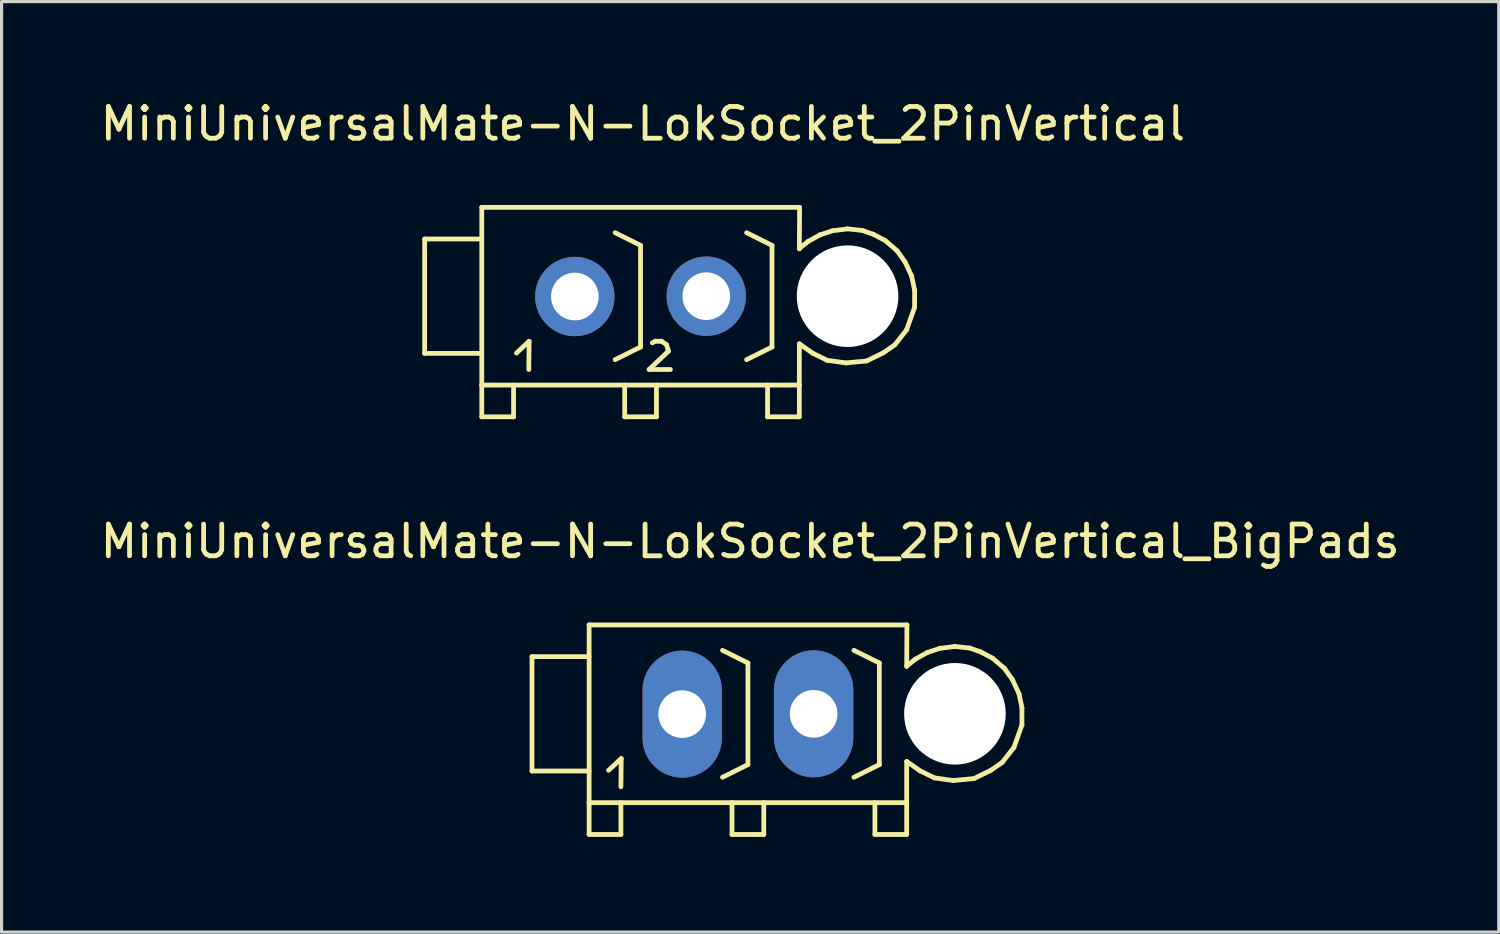
<source format=kicad_pcb>
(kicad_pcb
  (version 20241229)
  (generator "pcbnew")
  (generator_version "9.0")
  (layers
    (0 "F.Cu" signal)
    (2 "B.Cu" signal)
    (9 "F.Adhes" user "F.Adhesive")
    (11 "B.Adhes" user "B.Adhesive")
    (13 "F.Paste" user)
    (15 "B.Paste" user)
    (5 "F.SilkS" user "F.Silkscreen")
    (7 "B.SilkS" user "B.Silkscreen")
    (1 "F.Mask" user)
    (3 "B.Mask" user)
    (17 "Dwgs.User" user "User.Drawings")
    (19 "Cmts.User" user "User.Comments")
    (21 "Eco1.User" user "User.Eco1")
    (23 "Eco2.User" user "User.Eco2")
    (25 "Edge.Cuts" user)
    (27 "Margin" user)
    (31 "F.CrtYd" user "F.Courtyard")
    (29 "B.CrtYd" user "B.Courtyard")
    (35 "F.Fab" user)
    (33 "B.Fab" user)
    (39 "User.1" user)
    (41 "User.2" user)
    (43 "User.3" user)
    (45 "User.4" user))
  (footprint "MiniUniversalMate-N-LokSocket_2PinVertical_BigPads"
    (layer "F.Cu")
    (at 20.506 19.432)
    (property "Reference" "MiniUniversalMate-N-LokSocket_2PinVertical_BigPads" (at 0.071 -5.431 0) (layer "F.SilkS") (effects (font (size 1 1) (thickness 0.15))))
    (attr through_hole)
    (fp_line (start -6.8 -1.801) (end -6.8 1.801) (stroke (width 0.15) (type solid)) (layer "F.SilkS"))
    (fp_line (start -6.8 1.801) (end -5.001 1.801) (stroke (width 0.15) (type solid)) (layer "F.SilkS"))
    (fp_line (start -5.001 -2.799) (end -5.001 2.799) (stroke (width 0.15) (type solid)) (layer "F.SilkS"))
    (fp_line (start -5.001 -2.799) (end 5.009 -2.799) (stroke (width 0.15) (type solid)) (layer "F.SilkS"))
    (fp_line (start -5.001 -1.801) (end -6.8 -1.801) (stroke (width 0.15) (type solid)) (layer "F.SilkS"))
    (fp_line (start -5.001 2.799) (end -5.001 3.8) (stroke (width 0.15) (type solid)) (layer "F.SilkS"))
    (fp_line (start -5.001 2.799) (end 5.001 2.799) (stroke (width 0.15) (type solid)) (layer "F.SilkS"))
    (fp_line (start -5.001 3.8) (end -4 3.8) (stroke (width 0.15) (type solid)) (layer "F.SilkS"))
    (fp_line (start -4.389 1.781) (end -3.99 1.41) (stroke (width 0.15) (type solid)) (layer "F.SilkS"))
    (fp_line (start -4 3.8) (end -4 2.799) (stroke (width 0.15) (type solid)) (layer "F.SilkS"))
    (fp_line (start -3.99 1.41) (end -4 2.299) (stroke (width 0.15) (type solid)) (layer "F.SilkS"))
    (fp_line (start -0.5 3.8) (end -0.5 2.799) (stroke (width 0.15) (type solid)) (layer "F.SilkS"))
    (fp_line (start 0 -1.6) (end -0.8 -1.999) (stroke (width 0.15) (type solid)) (layer "F.SilkS"))
    (fp_line (start 0 -1.6) (end 0 1.6) (stroke (width 0.15) (type solid)) (layer "F.SilkS"))
    (fp_line (start 0 1.6) (end -0.8 1.999) (stroke (width 0.15) (type solid)) (layer "F.SilkS"))
    (fp_line (start 0.5 2.799) (end 0.5 3.8) (stroke (width 0.15) (type solid)) (layer "F.SilkS"))
    (fp_line (start 0.5 3.8) (end -0.5 3.8) (stroke (width 0.15) (type solid)) (layer "F.SilkS"))
    (fp_line (start 4 3.8) (end 4 2.799) (stroke (width 0.15) (type solid)) (layer "F.SilkS"))
    (fp_line (start 4.14 -1.6) (end 3.34 -1.999) (stroke (width 0.15) (type solid)) (layer "F.SilkS"))
    (fp_line (start 4.14 -1.6) (end 4.14 1.6) (stroke (width 0.15) (type solid)) (layer "F.SilkS"))
    (fp_line (start 4.14 1.6) (end 3.34 1.999) (stroke (width 0.15) (type solid)) (layer "F.SilkS"))
    (fp_line (start 5.001 -1.501) (end 5.271 -1.72) (stroke (width 0.15) (type solid)) (layer "F.SilkS"))
    (fp_line (start 5.001 2.799) (end 5.001 1.501) (stroke (width 0.15) (type solid)) (layer "F.SilkS"))
    (fp_line (start 5.001 2.799) (end 5.001 3.8) (stroke (width 0.15) (type solid)) (layer "F.SilkS"))
    (fp_line (start 5.001 3.8) (end 4 3.8) (stroke (width 0.15) (type solid)) (layer "F.SilkS"))
    (fp_line (start 5.009 -2.799) (end 5.001 -1.491) (stroke (width 0.15) (type solid)) (layer "F.SilkS"))
    (fp_line (start 5.271 -1.72) (end 5.649 -1.93) (stroke (width 0.15) (type solid)) (layer "F.SilkS"))
    (fp_line (start 5.431 1.801) (end 5.001 1.501) (stroke (width 0.15) (type solid)) (layer "F.SilkS"))
    (fp_line (start 5.649 -1.93) (end 6.04 -2.06) (stroke (width 0.15) (type solid)) (layer "F.SilkS"))
    (fp_line (start 5.88 2.019) (end 5.431 1.801) (stroke (width 0.15) (type solid)) (layer "F.SilkS"))
    (fp_line (start 6.04 -2.06) (end 6.52 -2.121) (stroke (width 0.15) (type solid)) (layer "F.SilkS"))
    (fp_line (start 6.469 2.101) (end 5.88 2.019) (stroke (width 0.15) (type solid)) (layer "F.SilkS"))
    (fp_line (start 6.52 -2.121) (end 6.99 -2.07) (stroke (width 0.15) (type solid)) (layer "F.SilkS"))
    (fp_line (start 6.99 -2.07) (end 7.33 -1.951) (stroke (width 0.15) (type solid)) (layer "F.SilkS"))
    (fp_line (start 7.12 2.04) (end 6.469 2.101) (stroke (width 0.15) (type solid)) (layer "F.SilkS"))
    (fp_line (start 7.33 -1.951) (end 7.709 -1.75) (stroke (width 0.15) (type solid)) (layer "F.SilkS"))
    (fp_line (start 7.65 1.781) (end 7.12 2.04) (stroke (width 0.15) (type solid)) (layer "F.SilkS"))
    (fp_line (start 7.709 -1.75) (end 8.08 -1.43) (stroke (width 0.15) (type solid)) (layer "F.SilkS"))
    (fp_line (start 8.011 1.529) (end 7.65 1.781) (stroke (width 0.15) (type solid)) (layer "F.SilkS"))
    (fp_line (start 8.08 -1.43) (end 8.331 -1.079) (stroke (width 0.15) (type solid)) (layer "F.SilkS"))
    (fp_line (start 8.331 -1.079) (end 8.539 -0.63) (stroke (width 0.15) (type solid)) (layer "F.SilkS"))
    (fp_line (start 8.379 1.059) (end 8.011 1.529) (stroke (width 0.15) (type solid)) (layer "F.SilkS"))
    (fp_line (start 8.539 -0.63) (end 8.631 -0.191) (stroke (width 0.15) (type solid)) (layer "F.SilkS"))
    (fp_line (start 8.631 -0.191) (end 8.631 0.351) (stroke (width 0.15) (type solid)) (layer "F.SilkS"))
    (fp_line (start 8.631 0.351) (end 8.379 1.059) (stroke (width 0.15) (type solid)) (layer "F.SilkS"))
    (pad "" np_thru_hole circle (at 6.52 0) (size 3.2 3.2) (drill 3.2) (layers "*.Cu" "*.Mask"))
    (pad "1" thru_hole oval (at -2.07 0.01 90) (size 4 2.499) (drill 1.501) (layers "*.Cu" "*.Mask"))
    (pad "2" thru_hole oval (at 2.07 0 90) (size 4 2.499) (drill 1.501) (layers "*.Cu" "*.Mask")))
  (footprint "MiniUniversalMate-N-LokSocket_2PinVertical"
    (layer "F.Cu")
    (at 17.125 6.279)
    (property "Reference" "MiniUniversalMate-N-LokSocket_2PinVertical" (at 0.071 -5.431 0) (layer "F.SilkS") (effects (font (size 1 1) (thickness 0.15))))
    (attr through_hole)
    (fp_line (start -6.8 -1.801) (end -6.8 1.801) (stroke (width 0.15) (type solid)) (layer "F.SilkS"))
    (fp_line (start -6.8 1.801) (end -5.001 1.801) (stroke (width 0.15) (type solid)) (layer "F.SilkS"))
    (fp_line (start -5.001 -2.799) (end -5.001 2.799) (stroke (width 0.15) (type solid)) (layer "F.SilkS"))
    (fp_line (start -5.001 -2.799) (end 5.009 -2.799) (stroke (width 0.15) (type solid)) (layer "F.SilkS"))
    (fp_line (start -5.001 -1.801) (end -6.8 -1.801) (stroke (width 0.15) (type solid)) (layer "F.SilkS"))
    (fp_line (start -5.001 2.799) (end -5.001 3.8) (stroke (width 0.15) (type solid)) (layer "F.SilkS"))
    (fp_line (start -5.001 2.799) (end 5.001 2.799) (stroke (width 0.15) (type solid)) (layer "F.SilkS"))
    (fp_line (start -5.001 3.8) (end -4 3.8) (stroke (width 0.15) (type solid)) (layer "F.SilkS"))
    (fp_line (start -4 3.8) (end -4 2.799) (stroke (width 0.15) (type solid)) (layer "F.SilkS"))
    (fp_line (start -3.909 1.791) (end -3.51 1.42) (stroke (width 0.15) (type solid)) (layer "F.SilkS"))
    (fp_line (start -3.51 1.42) (end -3.52 2.309) (stroke (width 0.15) (type solid)) (layer "F.SilkS"))
    (fp_line (start -0.5 3.8) (end -0.5 2.799) (stroke (width 0.15) (type solid)) (layer "F.SilkS"))
    (fp_line (start 0 -1.6) (end -0.8 -1.999) (stroke (width 0.15) (type solid)) (layer "F.SilkS"))
    (fp_line (start 0 -1.6) (end 0 1.6) (stroke (width 0.15) (type solid)) (layer "F.SilkS"))
    (fp_line (start 0 1.6) (end -0.8 1.999) (stroke (width 0.15) (type solid)) (layer "F.SilkS"))
    (fp_line (start 0.269 2.309) (end 0.94 2.309) (stroke (width 0.15) (type solid)) (layer "F.SilkS"))
    (fp_line (start 0.371 1.471) (end 0.46 1.42) (stroke (width 0.15) (type solid)) (layer "F.SilkS"))
    (fp_line (start 0.46 1.42) (end 0.66 1.42) (stroke (width 0.15) (type solid)) (layer "F.SilkS"))
    (fp_line (start 0.5 2.799) (end 0.5 3.8) (stroke (width 0.15) (type solid)) (layer "F.SilkS"))
    (fp_line (start 0.5 3.8) (end -0.5 3.8) (stroke (width 0.15) (type solid)) (layer "F.SilkS"))
    (fp_line (start 0.66 1.42) (end 0.82 1.529) (stroke (width 0.15) (type solid)) (layer "F.SilkS"))
    (fp_line (start 0.82 1.529) (end 0.879 1.73) (stroke (width 0.15) (type solid)) (layer "F.SilkS"))
    (fp_line (start 0.879 1.73) (end 0.269 2.309) (stroke (width 0.15) (type solid)) (layer "F.SilkS"))
    (fp_line (start 4 3.8) (end 4 2.799) (stroke (width 0.15) (type solid)) (layer "F.SilkS"))
    (fp_line (start 4.14 -1.6) (end 3.34 -1.999) (stroke (width 0.15) (type solid)) (layer "F.SilkS"))
    (fp_line (start 4.14 -1.6) (end 4.14 1.6) (stroke (width 0.15) (type solid)) (layer "F.SilkS"))
    (fp_line (start 4.14 1.6) (end 3.34 1.999) (stroke (width 0.15) (type solid)) (layer "F.SilkS"))
    (fp_line (start 5.001 -1.501) (end 5.271 -1.72) (stroke (width 0.15) (type solid)) (layer "F.SilkS"))
    (fp_line (start 5.001 2.799) (end 5.001 1.501) (stroke (width 0.15) (type solid)) (layer "F.SilkS"))
    (fp_line (start 5.001 2.799) (end 5.001 3.8) (stroke (width 0.15) (type solid)) (layer "F.SilkS"))
    (fp_line (start 5.001 3.8) (end 4 3.8) (stroke (width 0.15) (type solid)) (layer "F.SilkS"))
    (fp_line (start 5.009 -2.799) (end 5.001 -1.491) (stroke (width 0.15) (type solid)) (layer "F.SilkS"))
    (fp_line (start 5.271 -1.72) (end 5.649 -1.93) (stroke (width 0.15) (type solid)) (layer "F.SilkS"))
    (fp_line (start 5.431 1.801) (end 5.001 1.501) (stroke (width 0.15) (type solid)) (layer "F.SilkS"))
    (fp_line (start 5.649 -1.93) (end 6.04 -2.06) (stroke (width 0.15) (type solid)) (layer "F.SilkS"))
    (fp_line (start 5.88 2.019) (end 5.431 1.801) (stroke (width 0.15) (type solid)) (layer "F.SilkS"))
    (fp_line (start 6.04 -2.06) (end 6.52 -2.121) (stroke (width 0.15) (type solid)) (layer "F.SilkS"))
    (fp_line (start 6.469 2.101) (end 5.88 2.019) (stroke (width 0.15) (type solid)) (layer "F.SilkS"))
    (fp_line (start 6.52 -2.121) (end 6.99 -2.07) (stroke (width 0.15) (type solid)) (layer "F.SilkS"))
    (fp_line (start 6.99 -2.07) (end 7.33 -1.951) (stroke (width 0.15) (type solid)) (layer "F.SilkS"))
    (fp_line (start 7.12 2.04) (end 6.469 2.101) (stroke (width 0.15) (type solid)) (layer "F.SilkS"))
    (fp_line (start 7.33 -1.951) (end 7.709 -1.75) (stroke (width 0.15) (type solid)) (layer "F.SilkS"))
    (fp_line (start 7.65 1.781) (end 7.12 2.04) (stroke (width 0.15) (type solid)) (layer "F.SilkS"))
    (fp_line (start 7.709 -1.75) (end 8.08 -1.43) (stroke (width 0.15) (type solid)) (layer "F.SilkS"))
    (fp_line (start 8.011 1.529) (end 7.65 1.781) (stroke (width 0.15) (type solid)) (layer "F.SilkS"))
    (fp_line (start 8.08 -1.43) (end 8.331 -1.079) (stroke (width 0.15) (type solid)) (layer "F.SilkS"))
    (fp_line (start 8.331 -1.079) (end 8.539 -0.63) (stroke (width 0.15) (type solid)) (layer "F.SilkS"))
    (fp_line (start 8.379 1.059) (end 8.011 1.529) (stroke (width 0.15) (type solid)) (layer "F.SilkS"))
    (fp_line (start 8.539 -0.63) (end 8.631 -0.191) (stroke (width 0.15) (type solid)) (layer "F.SilkS"))
    (fp_line (start 8.631 -0.191) (end 8.631 0.351) (stroke (width 0.15) (type solid)) (layer "F.SilkS"))
    (fp_line (start 8.631 0.351) (end 8.379 1.059) (stroke (width 0.15) (type solid)) (layer "F.SilkS"))
    (pad "" np_thru_hole circle (at 6.52 0) (size 3.2 3.2) (drill 3.2) (layers "*.Cu" "*.Mask"))
    (pad "1" thru_hole circle (at -2.07 0.01 90) (size 2.499 2.499) (drill 1.501) (layers "*.Cu" "*.Mask"))
    (pad "2" thru_hole circle (at 2.07 0 90) (size 2.499 2.499) (drill 1.501) (layers "*.Cu" "*.Mask")))
  (gr_rect
    (start -3 -3)
    (end 44.155 26.307)
    (stroke (width 0.1) (type default))
    (fill no)
    (layer "Edge.Cuts")))
</source>
